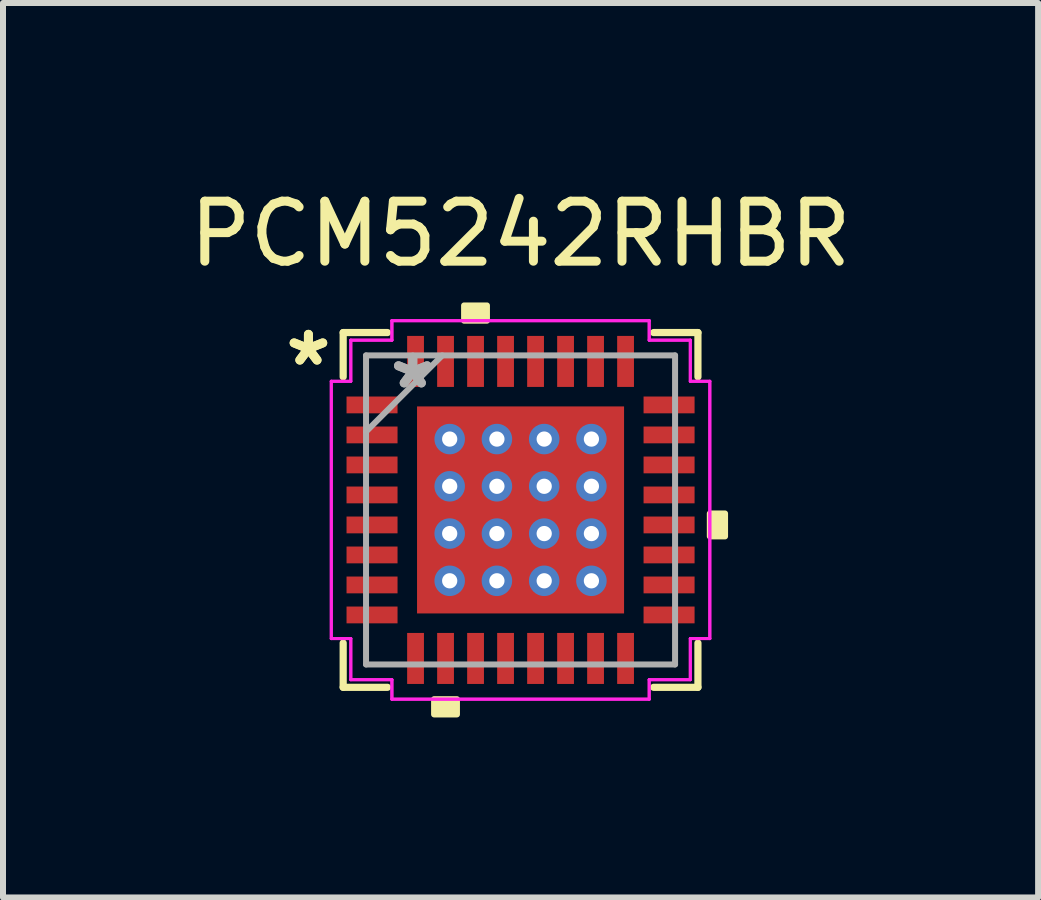
<source format=kicad_pcb>
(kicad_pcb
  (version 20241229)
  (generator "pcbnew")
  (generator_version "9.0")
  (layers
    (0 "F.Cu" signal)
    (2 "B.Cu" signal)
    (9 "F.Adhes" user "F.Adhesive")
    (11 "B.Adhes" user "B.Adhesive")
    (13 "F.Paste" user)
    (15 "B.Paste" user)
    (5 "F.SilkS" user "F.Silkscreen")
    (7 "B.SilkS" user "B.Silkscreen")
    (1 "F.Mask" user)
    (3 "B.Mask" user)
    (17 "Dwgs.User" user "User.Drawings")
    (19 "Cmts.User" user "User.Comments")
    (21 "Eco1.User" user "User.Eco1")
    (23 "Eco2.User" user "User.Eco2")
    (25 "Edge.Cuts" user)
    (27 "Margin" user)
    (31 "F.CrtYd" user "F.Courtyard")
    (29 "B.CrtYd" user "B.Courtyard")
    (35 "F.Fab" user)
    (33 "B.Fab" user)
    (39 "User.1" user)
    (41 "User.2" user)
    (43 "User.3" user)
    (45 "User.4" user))
  (footprint "PCM5242RHBR"
    (layer "F.Cu")
    (at 5.625 5.448)
    (property "Reference" "PCM5242RHBR" (at 0 -4.6 0) (layer "F.SilkS") (effects (font (size 1 1) (thickness 0.15))))
    (attr through_hole)
    (fp_poly (pts (xy -1.788 -1.788) (xy -1.381 -1.788) (xy -1.381 1.788) (xy -1.788 1.788)) (stroke (width 0.1) (type solid)) (fill yes) (layer "F.Mask"))
    (fp_poly (pts (xy -1.788 -1.788) (xy 1.788 -1.788) (xy 1.788 -1.381) (xy -1.788 -1.381)) (stroke (width 0.1) (type solid)) (fill yes) (layer "F.Mask"))
    (fp_poly (pts (xy -1.788 -0.981) (xy 1.788 -0.981) (xy 1.788 -0.594) (xy -1.788 -0.594)) (stroke (width 0.1) (type solid)) (fill yes) (layer "F.Mask"))
    (fp_poly (pts (xy -1.788 -0.194) (xy 1.788 -0.194) (xy 1.788 0.194) (xy -1.788 0.194)) (stroke (width 0.1) (type solid)) (fill yes) (layer "F.Mask"))
    (fp_poly (pts (xy -1.788 0.594) (xy 1.788 0.594) (xy 1.788 0.981) (xy -1.788 0.981)) (stroke (width 0.1) (type solid)) (fill yes) (layer "F.Mask"))
    (fp_poly (pts (xy -1.788 1.381) (xy 1.788 1.381) (xy 1.788 1.788) (xy -1.788 1.788)) (stroke (width 0.1) (type solid)) (fill yes) (layer "F.Mask"))
    (fp_poly (pts (xy -0.594 -1.788) (xy -0.981 -1.788) (xy -0.981 1.788) (xy -0.594 1.788)) (stroke (width 0.1) (type solid)) (fill yes) (layer "F.Mask"))
    (fp_poly (pts (xy 0.194 -1.788) (xy -0.194 -1.788) (xy -0.194 1.788) (xy 0.194 1.788)) (stroke (width 0.1) (type solid)) (fill yes) (layer "F.Mask"))
    (fp_poly (pts (xy 0.981 -1.788) (xy 0.594 -1.788) (xy 0.594 1.788) (xy 0.981 1.788)) (stroke (width 0.1) (type solid)) (fill yes) (layer "F.Mask"))
    (fp_poly (pts (xy 1.381 -1.788) (xy 1.788 -1.788) (xy 1.788 1.788) (xy 1.381 1.788)) (stroke (width 0.1) (type solid)) (fill yes) (layer "F.Mask"))
    (fp_line (start -2.956 -2.956) (end -2.956 -2.218) (stroke (width 0.12) (type solid)) (layer "F.SilkS"))
    (fp_line (start -2.956 2.218) (end -2.956 2.956) (stroke (width 0.12) (type solid)) (layer "F.SilkS"))
    (fp_line (start -2.956 2.956) (end -2.218 2.956) (stroke (width 0.12) (type solid)) (layer "F.SilkS"))
    (fp_line (start -2.218 -2.956) (end -2.956 -2.956) (stroke (width 0.12) (type solid)) (layer "F.SilkS"))
    (fp_line (start 2.218 2.956) (end 2.956 2.956) (stroke (width 0.12) (type solid)) (layer "F.SilkS"))
    (fp_line (start 2.956 -2.956) (end 2.218 -2.956) (stroke (width 0.12) (type solid)) (layer "F.SilkS"))
    (fp_line (start 2.956 -2.218) (end 2.956 -2.956) (stroke (width 0.12) (type solid)) (layer "F.SilkS"))
    (fp_line (start 2.956 2.956) (end 2.956 2.218) (stroke (width 0.12) (type solid)) (layer "F.SilkS"))
    (fp_poly (pts (xy -1.441 3.154) (xy -1.441 3.408) (xy -1.06 3.408) (xy -1.06 3.154)) (stroke (width 0.1) (type solid)) (fill yes) (layer "F.SilkS"))
    (fp_poly (pts (xy -0.941 -3.154) (xy -0.941 -3.408) (xy -0.56 -3.408) (xy -0.56 -3.154)) (stroke (width 0.1) (type solid)) (fill yes) (layer "F.SilkS"))
    (fp_poly (pts (xy 3.408 0.059) (xy 3.408 0.441) (xy 3.154 0.441) (xy 3.154 0.059)) (stroke (width 0.1) (type solid)) (fill yes) (layer "F.SilkS"))
    (fp_poly (pts (xy -1.65 -1.65) (xy -1.65 -1.281) (xy -1.423 -1.281) (xy -1.281 -1.423) (xy -1.281 -1.65)) (stroke (width 0.1) (type solid)) (fill yes) (layer "F.Paste"))
    (fp_poly (pts (xy -1.65 1.281) (xy -1.65 1.65) (xy -1.281 1.65) (xy -1.281 1.423) (xy -1.423 1.281)) (stroke (width 0.1) (type solid)) (fill yes) (layer "F.Paste"))
    (fp_poly (pts (xy 1.281 -1.65) (xy 1.281 -1.423) (xy 1.423 -1.281) (xy 1.65 -1.281) (xy 1.65 -1.65)) (stroke (width 0.1) (type solid)) (fill yes) (layer "F.Paste"))
    (fp_poly (pts (xy 1.423 1.281) (xy 1.281 1.423) (xy 1.281 1.65) (xy 1.65 1.65) (xy 1.65 1.281)) (stroke (width 0.1) (type solid)) (fill yes) (layer "F.Paste"))
    (fp_poly (pts (xy -1.65 -1.081) (xy -1.65 -0.494) (xy -1.423 -0.494) (xy -1.281 -0.635) (xy -1.281 -0.94) (xy -1.423 -1.081)) (stroke (width 0.1) (type solid)) (fill yes) (layer "F.Paste"))
    (fp_poly (pts (xy -1.65 -0.294) (xy -1.65 0.294) (xy -1.423 0.294) (xy -1.281 0.152) (xy -1.281 -0.152) (xy -1.423 -0.294)) (stroke (width 0.1) (type solid)) (fill yes) (layer "F.Paste"))
    (fp_poly (pts (xy -1.65 0.494) (xy -1.65 1.081) (xy -1.423 1.081) (xy -1.281 0.94) (xy -1.281 0.635) (xy -1.423 0.494)) (stroke (width 0.1) (type solid)) (fill yes) (layer "F.Paste"))
    (fp_poly (pts (xy -1.081 -1.65) (xy -1.081 -1.423) (xy -0.94 -1.281) (xy -0.635 -1.281) (xy -0.494 -1.423) (xy -0.494 -1.65)) (stroke (width 0.1) (type solid)) (fill yes) (layer "F.Paste"))
    (fp_poly (pts (xy -0.94 1.281) (xy -1.081 1.423) (xy -1.081 1.65) (xy -0.494 1.65) (xy -0.494 1.423) (xy -0.635 1.281)) (stroke (width 0.1) (type solid)) (fill yes) (layer "F.Paste"))
    (fp_poly (pts (xy -0.294 -1.65) (xy -0.294 -1.423) (xy -0.152 -1.281) (xy 0.152 -1.281) (xy 0.294 -1.423) (xy 0.294 -1.65)) (stroke (width 0.1) (type solid)) (fill yes) (layer "F.Paste"))
    (fp_poly (pts (xy -0.152 1.281) (xy -0.294 1.423) (xy -0.294 1.65) (xy 0.294 1.65) (xy 0.294 1.423) (xy 0.152 1.281)) (stroke (width 0.1) (type solid)) (fill yes) (layer "F.Paste"))
    (fp_poly (pts (xy 0.494 -1.65) (xy 0.494 -1.423) (xy 0.635 -1.281) (xy 0.94 -1.281) (xy 1.081 -1.423) (xy 1.081 -1.65)) (stroke (width 0.1) (type solid)) (fill yes) (layer "F.Paste"))
    (fp_poly (pts (xy 0.635 1.281) (xy 0.494 1.423) (xy 0.494 1.65) (xy 1.081 1.65) (xy 1.081 1.423) (xy 0.94 1.281)) (stroke (width 0.1) (type solid)) (fill yes) (layer "F.Paste"))
    (fp_poly (pts (xy 1.423 -1.081) (xy 1.281 -0.94) (xy 1.281 -0.635) (xy 1.423 -0.494) (xy 1.65 -0.494) (xy 1.65 -1.081)) (stroke (width 0.1) (type solid)) (fill yes) (layer "F.Paste"))
    (fp_poly (pts (xy 1.423 -0.294) (xy 1.281 -0.152) (xy 1.281 0.152) (xy 1.423 0.294) (xy 1.65 0.294) (xy 1.65 -0.294)) (stroke (width 0.1) (type solid)) (fill yes) (layer "F.Paste"))
    (fp_poly (pts (xy 1.423 0.494) (xy 1.281 0.635) (xy 1.281 0.94) (xy 1.423 1.081) (xy 1.65 1.081) (xy 1.65 0.494)) (stroke (width 0.1) (type solid)) (fill yes) (layer "F.Paste"))
    (fp_poly (pts (xy -0.94 -1.081) (xy -1.081 -0.94) (xy -1.081 -0.635) (xy -0.94 -0.494) (xy -0.635 -0.494) (xy -0.494 -0.635) (xy -0.494 -0.94) (xy -0.635 -1.081)) (stroke (width 0.1) (type solid)) (fill yes) (layer "F.Paste"))
    (fp_poly (pts (xy -0.94 -0.294) (xy -1.081 -0.152) (xy -1.081 0.152) (xy -0.94 0.294) (xy -0.635 0.294) (xy -0.494 0.152) (xy -0.494 -0.152) (xy -0.635 -0.294)) (stroke (width 0.1) (type solid)) (fill yes) (layer "F.Paste"))
    (fp_poly (pts (xy -0.94 0.494) (xy -1.081 0.635) (xy -1.081 0.94) (xy -0.94 1.081) (xy -0.635 1.081) (xy -0.494 0.94) (xy -0.494 0.635) (xy -0.635 0.494)) (stroke (width 0.1) (type solid)) (fill yes) (layer "F.Paste"))
    (fp_poly (pts (xy -0.152 -1.081) (xy -0.294 -0.94) (xy -0.294 -0.635) (xy -0.152 -0.494) (xy 0.152 -0.494) (xy 0.294 -0.635) (xy 0.294 -0.94) (xy 0.152 -1.081)) (stroke (width 0.1) (type solid)) (fill yes) (layer "F.Paste"))
    (fp_poly (pts (xy -0.152 -0.294) (xy -0.294 -0.152) (xy -0.294 0.152) (xy -0.152 0.294) (xy 0.152 0.294) (xy 0.294 0.152) (xy 0.294 -0.152) (xy 0.152 -0.294)) (stroke (width 0.1) (type solid)) (fill yes) (layer "F.Paste"))
    (fp_poly (pts (xy -0.152 0.494) (xy -0.294 0.635) (xy -0.294 0.94) (xy -0.152 1.081) (xy 0.152 1.081) (xy 0.294 0.94) (xy 0.294 0.635) (xy 0.152 0.494)) (stroke (width 0.1) (type solid)) (fill yes) (layer "F.Paste"))
    (fp_poly (pts (xy 0.635 -1.081) (xy 0.494 -0.94) (xy 0.494 -0.635) (xy 0.635 -0.494) (xy 0.94 -0.494) (xy 1.081 -0.635) (xy 1.081 -0.94) (xy 0.94 -1.081)) (stroke (width 0.1) (type solid)) (fill yes) (layer "F.Paste"))
    (fp_poly (pts (xy 0.635 -0.294) (xy 0.494 -0.152) (xy 0.494 0.152) (xy 0.635 0.294) (xy 0.94 0.294) (xy 1.081 0.152) (xy 1.081 -0.152) (xy 0.94 -0.294)) (stroke (width 0.1) (type solid)) (fill yes) (layer "F.Paste"))
    (fp_poly (pts (xy 0.635 0.494) (xy 0.494 0.635) (xy 0.494 0.94) (xy 0.635 1.081) (xy 0.94 1.081) (xy 1.081 0.94) (xy 1.081 0.635) (xy 0.94 0.494)) (stroke (width 0.1) (type solid)) (fill yes) (layer "F.Paste"))
    (fp_line (start -3.154 -2.144) (end -2.829 -2.144) (stroke (width 0.05) (type solid)) (layer "F.CrtYd"))
    (fp_line (start -3.154 -2.144) (end -2.829 -2.144) (stroke (width 0.05) (type solid)) (layer "F.CrtYd"))
    (fp_line (start -3.154 2.144) (end -3.154 -2.144) (stroke (width 0.05) (type solid)) (layer "F.CrtYd"))
    (fp_line (start -3.154 2.144) (end -3.154 -2.144) (stroke (width 0.05) (type solid)) (layer "F.CrtYd"))
    (fp_line (start -2.829 -2.829) (end -2.144 -2.829) (stroke (width 0.05) (type solid)) (layer "F.CrtYd"))
    (fp_line (start -2.829 -2.829) (end -2.144 -2.829) (stroke (width 0.05) (type solid)) (layer "F.CrtYd"))
    (fp_line (start -2.829 -2.144) (end -2.829 -2.829) (stroke (width 0.05) (type solid)) (layer "F.CrtYd"))
    (fp_line (start -2.829 -2.144) (end -2.829 -2.829) (stroke (width 0.05) (type solid)) (layer "F.CrtYd"))
    (fp_line (start -2.829 2.144) (end -3.154 2.144) (stroke (width 0.05) (type solid)) (layer "F.CrtYd"))
    (fp_line (start -2.829 2.144) (end -3.154 2.144) (stroke (width 0.05) (type solid)) (layer "F.CrtYd"))
    (fp_line (start -2.829 2.829) (end -2.829 2.144) (stroke (width 0.05) (type solid)) (layer "F.CrtYd"))
    (fp_line (start -2.829 2.829) (end -2.829 2.144) (stroke (width 0.05) (type solid)) (layer "F.CrtYd"))
    (fp_line (start -2.144 -3.154) (end 2.144 -3.154) (stroke (width 0.05) (type solid)) (layer "F.CrtYd"))
    (fp_line (start -2.144 -3.154) (end 2.144 -3.154) (stroke (width 0.05) (type solid)) (layer "F.CrtYd"))
    (fp_line (start -2.144 -2.829) (end -2.144 -3.154) (stroke (width 0.05) (type solid)) (layer "F.CrtYd"))
    (fp_line (start -2.144 -2.829) (end -2.144 -3.154) (stroke (width 0.05) (type solid)) (layer "F.CrtYd"))
    (fp_line (start -2.144 2.829) (end -2.829 2.829) (stroke (width 0.05) (type solid)) (layer "F.CrtYd"))
    (fp_line (start -2.144 2.829) (end -2.829 2.829) (stroke (width 0.05) (type solid)) (layer "F.CrtYd"))
    (fp_line (start -2.144 3.154) (end -2.144 2.829) (stroke (width 0.05) (type solid)) (layer "F.CrtYd"))
    (fp_line (start -2.144 3.154) (end -2.144 2.829) (stroke (width 0.05) (type solid)) (layer "F.CrtYd"))
    (fp_line (start 2.144 -3.154) (end 2.144 -2.829) (stroke (width 0.05) (type solid)) (layer "F.CrtYd"))
    (fp_line (start 2.144 -3.154) (end 2.144 -2.829) (stroke (width 0.05) (type solid)) (layer "F.CrtYd"))
    (fp_line (start 2.144 -2.829) (end 2.829 -2.829) (stroke (width 0.05) (type solid)) (layer "F.CrtYd"))
    (fp_line (start 2.144 -2.829) (end 2.829 -2.829) (stroke (width 0.05) (type solid)) (layer "F.CrtYd"))
    (fp_line (start 2.144 2.829) (end 2.144 3.154) (stroke (width 0.05) (type solid)) (layer "F.CrtYd"))
    (fp_line (start 2.144 2.829) (end 2.144 3.154) (stroke (width 0.05) (type solid)) (layer "F.CrtYd"))
    (fp_line (start 2.144 3.154) (end -2.144 3.154) (stroke (width 0.05) (type solid)) (layer "F.CrtYd"))
    (fp_line (start 2.144 3.154) (end -2.144 3.154) (stroke (width 0.05) (type solid)) (layer "F.CrtYd"))
    (fp_line (start 2.829 -2.829) (end 2.829 -2.144) (stroke (width 0.05) (type solid)) (layer "F.CrtYd"))
    (fp_line (start 2.829 -2.829) (end 2.829 -2.144) (stroke (width 0.05) (type solid)) (layer "F.CrtYd"))
    (fp_line (start 2.829 -2.144) (end 3.154 -2.144) (stroke (width 0.05) (type solid)) (layer "F.CrtYd"))
    (fp_line (start 2.829 -2.144) (end 3.154 -2.144) (stroke (width 0.05) (type solid)) (layer "F.CrtYd"))
    (fp_line (start 2.829 2.144) (end 2.829 2.829) (stroke (width 0.05) (type solid)) (layer "F.CrtYd"))
    (fp_line (start 2.829 2.144) (end 2.829 2.829) (stroke (width 0.05) (type solid)) (layer "F.CrtYd"))
    (fp_line (start 2.829 2.829) (end 2.144 2.829) (stroke (width 0.05) (type solid)) (layer "F.CrtYd"))
    (fp_line (start 2.829 2.829) (end 2.144 2.829) (stroke (width 0.05) (type solid)) (layer "F.CrtYd"))
    (fp_line (start 3.154 -2.144) (end 3.154 2.144) (stroke (width 0.05) (type solid)) (layer "F.CrtYd"))
    (fp_line (start 3.154 -2.144) (end 3.154 2.144) (stroke (width 0.05) (type solid)) (layer "F.CrtYd"))
    (fp_line (start 3.154 2.144) (end 2.829 2.144) (stroke (width 0.05) (type solid)) (layer "F.CrtYd"))
    (fp_line (start 3.154 2.144) (end 2.829 2.144) (stroke (width 0.05) (type solid)) (layer "F.CrtYd"))
    (fp_line (start -2.575 -2.575) (end -2.575 2.575) (stroke (width 0.1) (type solid)) (layer "F.Fab"))
    (fp_line (start -2.575 -1.305) (end -1.305 -2.575) (stroke (width 0.1) (type solid)) (layer "F.Fab"))
    (fp_line (start -2.575 2.575) (end 2.575 2.575) (stroke (width 0.1) (type solid)) (layer "F.Fab"))
    (fp_line (start 2.575 -2.575) (end -2.575 -2.575) (stroke (width 0.1) (type solid)) (layer "F.Fab"))
    (fp_line (start 2.575 2.575) (end 2.575 -2.575) (stroke (width 0.1) (type solid)) (layer "F.Fab"))
    (fp_text user "*" (at -3.535 -2.381 0) (layer "F.SilkS") (effects (font (size 1 1) (thickness 0.15))))
    (fp_text user "*" (at -3.535 -2.381 0) (layer "F.SilkS") (effects (font (size 1 1) (thickness 0.15))))
    (fp_text user "*" (at -1.796 -2 0) (layer "F.Fab") (effects (font (size 1 1) (thickness 0.15))))
    (fp_text user "*" (at -1.796 -2 0) (layer "F.Fab") (effects (font (size 1 1) (thickness 0.15))))
    (pad "1" smd rect (at -2.475 -1.75 90) (size 0.28 0.85) (layers "F.Cu" "F.Mask" "F.Paste"))
    (pad "2" smd rect (at -2.475 -1.25 90) (size 0.28 0.85) (layers "F.Cu" "F.Mask" "F.Paste"))
    (pad "3" smd rect (at -2.475 -0.75 90) (size 0.28 0.85) (layers "F.Cu" "F.Mask" "F.Paste"))
    (pad "4" smd rect (at -2.475 -0.25 90) (size 0.28 0.85) (layers "F.Cu" "F.Mask" "F.Paste"))
    (pad "5" smd rect (at -2.475 0.25 90) (size 0.28 0.85) (layers "F.Cu" "F.Mask" "F.Paste"))
    (pad "6" smd rect (at -2.475 0.75 90) (size 0.28 0.85) (layers "F.Cu" "F.Mask" "F.Paste"))
    (pad "7" smd rect (at -2.475 1.25 90) (size 0.28 0.85) (layers "F.Cu" "F.Mask" "F.Paste"))
    (pad "8" smd rect (at -2.475 1.75 90) (size 0.28 0.85) (layers "F.Cu" "F.Mask" "F.Paste"))
    (pad "9" smd rect (at -1.75 2.475) (size 0.28 0.85) (layers "F.Cu" "F.Mask" "F.Paste"))
    (pad "10" smd rect (at -1.25 2.475) (size 0.28 0.85) (layers "F.Cu" "F.Mask" "F.Paste"))
    (pad "11" smd rect (at -0.75 2.475) (size 0.28 0.85) (layers "F.Cu" "F.Mask" "F.Paste"))
    (pad "12" smd rect (at -0.25 2.475) (size 0.28 0.85) (layers "F.Cu" "F.Mask" "F.Paste"))
    (pad "13" smd rect (at 0.25 2.475) (size 0.28 0.85) (layers "F.Cu" "F.Mask" "F.Paste"))
    (pad "14" smd rect (at 0.75 2.475) (size 0.28 0.85) (layers "F.Cu" "F.Mask" "F.Paste"))
    (pad "15" smd rect (at 1.25 2.475) (size 0.28 0.85) (layers "F.Cu" "F.Mask" "F.Paste"))
    (pad "16" smd rect (at 1.75 2.475) (size 0.28 0.85) (layers "F.Cu" "F.Mask" "F.Paste"))
    (pad "17" smd rect (at 2.475 1.75 90) (size 0.28 0.85) (layers "F.Cu" "F.Mask" "F.Paste"))
    (pad "18" smd rect (at 2.475 1.25 90) (size 0.28 0.85) (layers "F.Cu" "F.Mask" "F.Paste"))
    (pad "19" smd rect (at 2.475 0.75 90) (size 0.28 0.85) (layers "F.Cu" "F.Mask" "F.Paste"))
    (pad "20" smd rect (at 2.475 0.25 90) (size 0.28 0.85) (layers "F.Cu" "F.Mask" "F.Paste"))
    (pad "21" smd rect (at 2.475 -0.25 90) (size 0.28 0.85) (layers "F.Cu" "F.Mask" "F.Paste"))
    (pad "22" smd rect (at 2.475 -0.75 90) (size 0.28 0.85) (layers "F.Cu" "F.Mask" "F.Paste"))
    (pad "23" smd rect (at 2.475 -1.25 90) (size 0.28 0.85) (layers "F.Cu" "F.Mask" "F.Paste"))
    (pad "24" smd rect (at 2.475 -1.75 90) (size 0.28 0.85) (layers "F.Cu" "F.Mask" "F.Paste"))
    (pad "25" smd rect (at 1.75 -2.475) (size 0.28 0.85) (layers "F.Cu" "F.Mask" "F.Paste"))
    (pad "26" smd rect (at 1.25 -2.475) (size 0.28 0.85) (layers "F.Cu" "F.Mask" "F.Paste"))
    (pad "27" smd rect (at 0.75 -2.475) (size 0.28 0.85) (layers "F.Cu" "F.Mask" "F.Paste"))
    (pad "28" smd rect (at 0.25 -2.475) (size 0.28 0.85) (layers "F.Cu" "F.Mask" "F.Paste"))
    (pad "29" smd rect (at -0.25 -2.475) (size 0.28 0.85) (layers "F.Cu" "F.Mask" "F.Paste"))
    (pad "30" smd rect (at -0.75 -2.475) (size 0.28 0.85) (layers "F.Cu" "F.Mask" "F.Paste"))
    (pad "31" smd rect (at -1.25 -2.475) (size 0.28 0.85) (layers "F.Cu" "F.Mask" "F.Paste"))
    (pad "32" smd rect (at -1.75 -2.475) (size 0.28 0.85) (layers "F.Cu" "F.Mask" "F.Paste"))
    (pad "33" smd rect (at 0 0) (size 3.45 3.45) (layers "F.Cu"))
    (pad "V" thru_hole circle (at -1.181 -1.181) (size 0.508 0.508) (drill 0.254) (layers "*.Cu" "*.Mask"))
    (pad "V" thru_hole circle (at -1.181 -0.394) (size 0.508 0.508) (drill 0.254) (layers "*.Cu" "*.Mask"))
    (pad "V" thru_hole circle (at -1.181 0.394) (size 0.508 0.508) (drill 0.254) (layers "*.Cu" "*.Mask"))
    (pad "V" thru_hole circle (at -1.181 1.181) (size 0.508 0.508) (drill 0.254) (layers "*.Cu" "*.Mask"))
    (pad "V" thru_hole circle (at -0.394 -1.181) (size 0.508 0.508) (drill 0.254) (layers "*.Cu" "*.Mask"))
    (pad "V" thru_hole circle (at -0.394 -0.394) (size 0.508 0.508) (drill 0.254) (layers "*.Cu" "*.Mask"))
    (pad "V" thru_hole circle (at -0.394 0.394) (size 0.508 0.508) (drill 0.254) (layers "*.Cu" "*.Mask"))
    (pad "V" thru_hole circle (at -0.394 1.181) (size 0.508 0.508) (drill 0.254) (layers "*.Cu" "*.Mask"))
    (pad "V" thru_hole circle (at 0.394 -1.181) (size 0.508 0.508) (drill 0.254) (layers "*.Cu" "*.Mask"))
    (pad "V" thru_hole circle (at 0.394 -0.394) (size 0.508 0.508) (drill 0.254) (layers "*.Cu" "*.Mask"))
    (pad "V" thru_hole circle (at 0.394 0.394) (size 0.508 0.508) (drill 0.254) (layers "*.Cu" "*.Mask"))
    (pad "V" thru_hole circle (at 0.394 1.181) (size 0.508 0.508) (drill 0.254) (layers "*.Cu" "*.Mask"))
    (pad "V" thru_hole circle (at 1.181 -1.181) (size 0.508 0.508) (drill 0.254) (layers "*.Cu" "*.Mask"))
    (pad "V" thru_hole circle (at 1.181 -0.394) (size 0.508 0.508) (drill 0.254) (layers "*.Cu" "*.Mask"))
    (pad "V" thru_hole circle (at 1.181 0.394) (size 0.508 0.508) (drill 0.254) (layers "*.Cu" "*.Mask"))
    (pad "V" thru_hole circle (at 1.181 1.181) (size 0.508 0.508) (drill 0.254) (layers "*.Cu" "*.Mask")))
  (gr_rect
    (start -3 -3)
    (end 14.25 11.906)
    (stroke (width 0.1) (type default))
    (fill no)
    (layer "Edge.Cuts")))
</source>
